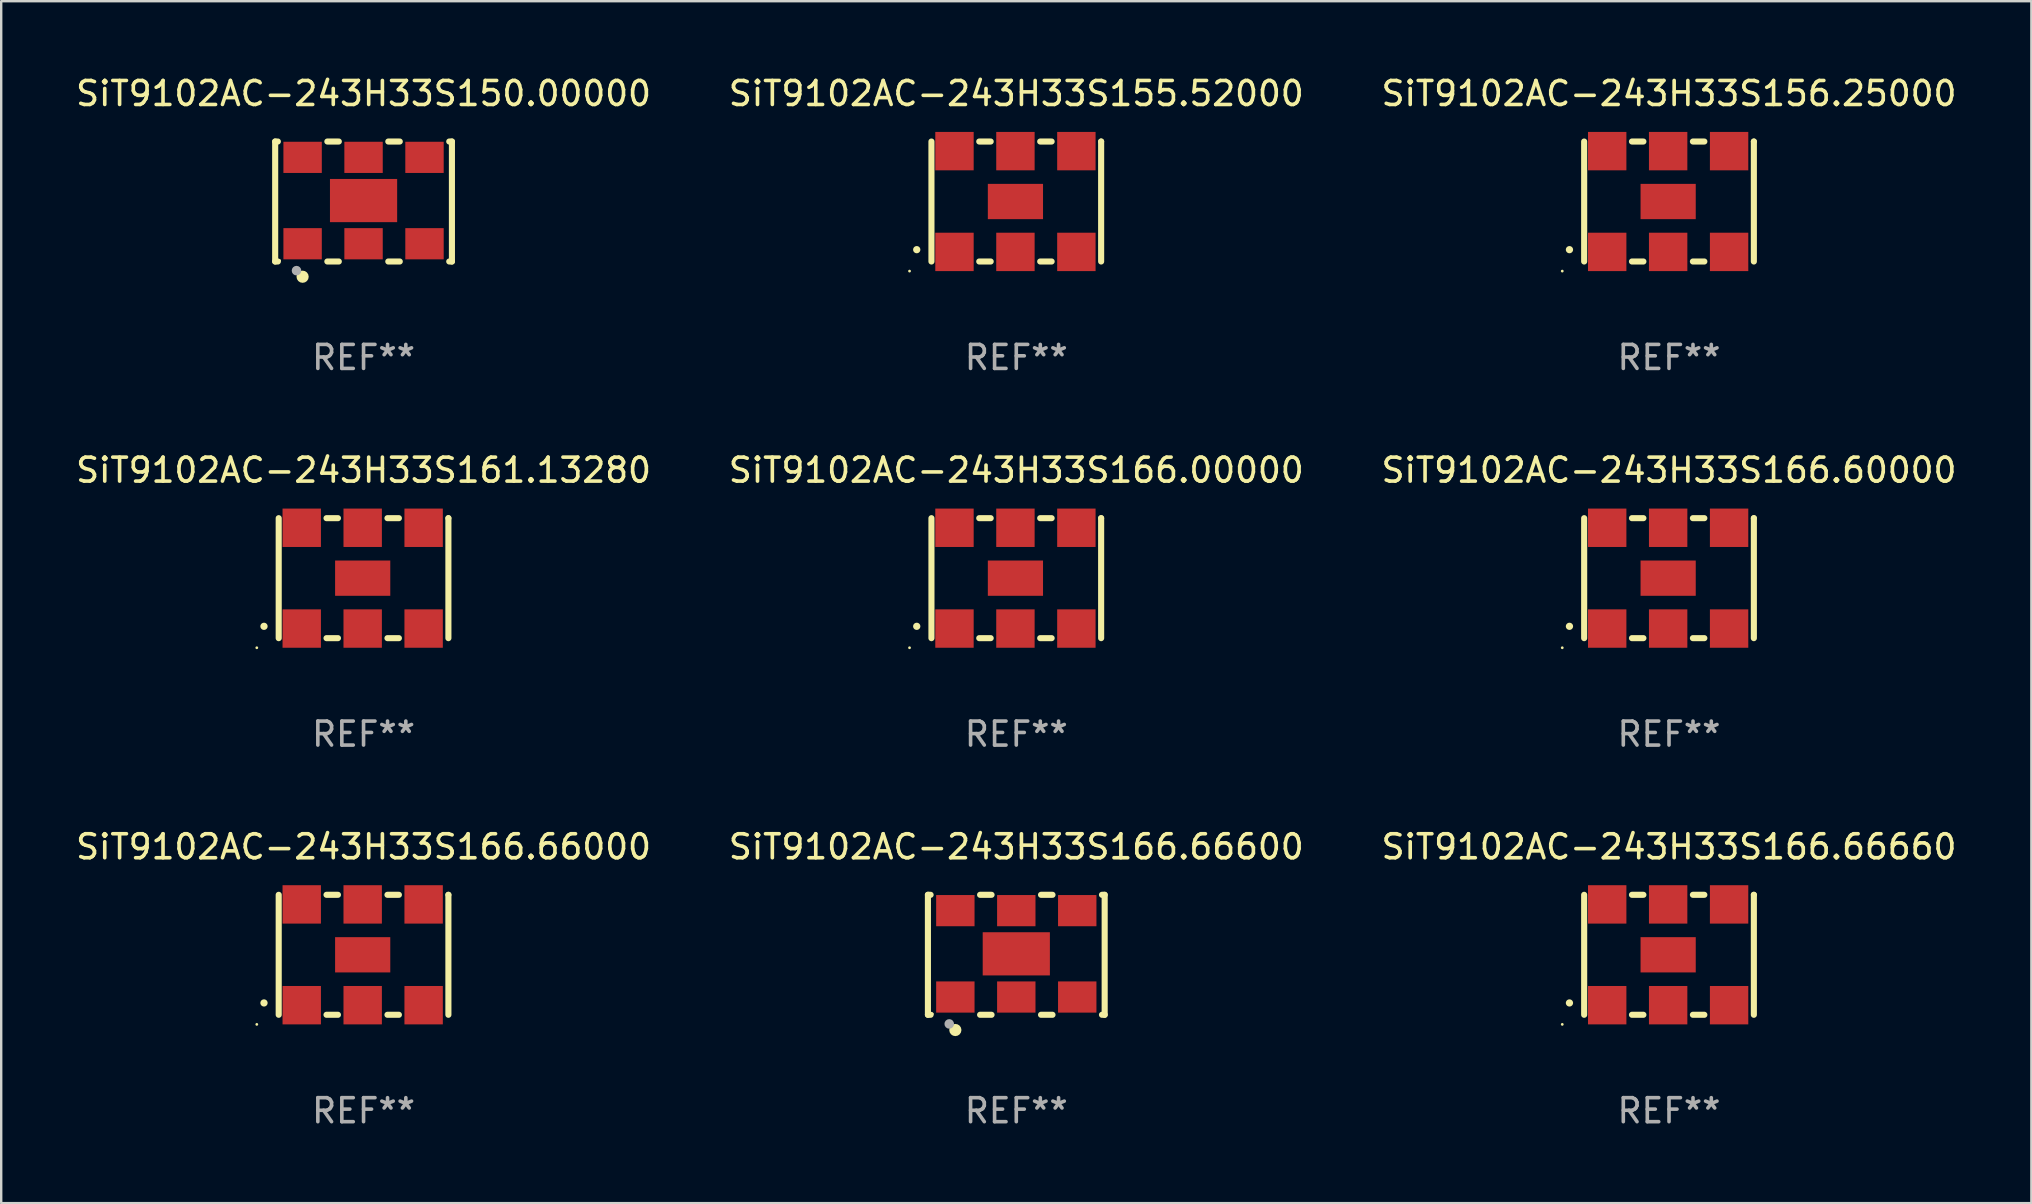
<source format=kicad_pcb>
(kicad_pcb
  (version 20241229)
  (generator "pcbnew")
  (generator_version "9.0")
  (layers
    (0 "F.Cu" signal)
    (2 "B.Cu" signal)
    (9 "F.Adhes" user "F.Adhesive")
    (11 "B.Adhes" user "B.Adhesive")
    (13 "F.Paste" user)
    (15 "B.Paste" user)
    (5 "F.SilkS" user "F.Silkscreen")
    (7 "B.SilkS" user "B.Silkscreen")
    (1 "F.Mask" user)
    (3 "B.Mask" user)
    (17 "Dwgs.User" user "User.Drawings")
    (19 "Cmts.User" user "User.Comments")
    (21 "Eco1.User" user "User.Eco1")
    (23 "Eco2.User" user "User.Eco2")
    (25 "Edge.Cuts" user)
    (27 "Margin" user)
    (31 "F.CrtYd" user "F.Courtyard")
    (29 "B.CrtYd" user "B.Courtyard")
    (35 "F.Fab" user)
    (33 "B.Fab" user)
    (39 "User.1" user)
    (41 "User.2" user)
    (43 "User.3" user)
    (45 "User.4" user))
  (footprint "SiT9102AC-243H33S166.66600"
    (layer "F.Cu")
    (at 39.304 36.741)
    (property "Reference" "SiT9102AC-243H33S166.66600" (at 0 -4.5 0) (layer "F.SilkS") (effects (font (size 1 1) (thickness 0.15))))
    (attr through_hole)
    (fp_line (start -3.683 -2.5) (end -3.571 -2.5) (stroke (width 0.254) (type solid)) (layer "F.SilkS"))
    (fp_line (start -3.683 2.5) (end -3.683 -2.5) (stroke (width 0.254) (type solid)) (layer "F.SilkS"))
    (fp_line (start -3.683 2.5) (end -3.571 2.5) (stroke (width 0.254) (type solid)) (layer "F.SilkS"))
    (fp_line (start -1.509 -2.5) (end -1.031 -2.5) (stroke (width 0.254) (type solid)) (layer "F.SilkS"))
    (fp_line (start -1.509 2.5) (end -1.031 2.5) (stroke (width 0.254) (type solid)) (layer "F.SilkS"))
    (fp_line (start 1.031 -2.5) (end 1.509 -2.5) (stroke (width 0.254) (type solid)) (layer "F.SilkS"))
    (fp_line (start 1.031 2.5) (end 1.509 2.5) (stroke (width 0.254) (type solid)) (layer "F.SilkS"))
    (fp_line (start 3.571 -2.5) (end 3.683 -2.5) (stroke (width 0.254) (type solid)) (layer "F.SilkS"))
    (fp_line (start 3.571 2.5) (end 3.683 2.5) (stroke (width 0.254) (type solid)) (layer "F.SilkS"))
    (fp_line (start 3.683 2.5) (end 3.683 -2.5) (stroke (width 0.254) (type solid)) (layer "F.SilkS"))
    (fp_circle (center -3.5 2.46) (end -3.47 2.46) (stroke (width 0.06) (type solid)) (fill no) (layer "F.SilkS"))
    (fp_circle (center -2.54 3.135) (end -2.413 3.135) (stroke (width 0.254) (type solid)) (fill no) (layer "F.SilkS"))
    (fp_circle (center -2.794 2.881) (end -2.694 2.881) (stroke (width 0.2) (type solid)) (fill no) (layer "F.Fab"))
    (fp_text user "REF**" (at 0 6.5 0) (layer "F.Fab") (effects (font (size 1 1) (thickness 0.15))))
    (pad "1" smd rect (at -2.54 1.76) (size 1.6 1.3) (layers "F.Cu" "F.Mask" "F.Paste"))
    (pad "2" smd rect (at 0 1.76) (size 1.6 1.3) (layers "F.Cu" "F.Mask" "F.Paste"))
    (pad "3" smd rect (at 2.54 1.76) (size 1.6 1.3) (layers "F.Cu" "F.Mask" "F.Paste"))
    (pad "4" smd rect (at 2.54 -1.84) (size 1.6 1.3) (layers "F.Cu" "F.Mask" "F.Paste"))
    (pad "5" smd rect (at 0 -1.84) (size 1.6 1.3) (layers "F.Cu" "F.Mask" "F.Paste"))
    (pad "6" smd rect (at -2.54 -1.84) (size 1.6 1.3) (layers "F.Cu" "F.Mask" "F.Paste"))
    (pad "7" smd rect (at 0 -0.04) (size 2.8 1.8) (layers "F.Cu" "F.Mask" "F.Paste")))
  (footprint "SiT9102AC-243H33S166.66000"
    (layer "F.Cu")
    (at 12.101 36.741)
    (property "Reference" "SiT9102AC-243H33S166.66000" (at 0 -4.5 0) (layer "F.SilkS") (effects (font (size 1 1) (thickness 0.15))))
    (attr through_hole)
    (fp_line (start -3.536 -2.5) (end -3.536 2.5) (stroke (width 0.254) (type solid)) (layer "F.SilkS"))
    (fp_line (start -1.544 2.5) (end -1.067 2.5) (stroke (width 0.254) (type solid)) (layer "F.SilkS"))
    (fp_line (start -1.067 -2.5) (end -1.544 -2.5) (stroke (width 0.254) (type solid)) (layer "F.SilkS"))
    (fp_line (start 0.996 2.5) (end 1.473 2.5) (stroke (width 0.254) (type solid)) (layer "F.SilkS"))
    (fp_line (start 1.473 -2.5) (end 0.996 -2.5) (stroke (width 0.254) (type solid)) (layer "F.SilkS"))
    (fp_line (start 3.536 -2.5) (end 3.536 -2.5) (stroke (width 0.254) (type solid)) (layer "F.SilkS"))
    (fp_line (start 3.536 2.5) (end 3.536 -2.5) (stroke (width 0.254) (type solid)) (layer "F.SilkS"))
    (fp_arc (start -4.150432 2.006604) (mid -4.149162 2.006599) (end -4.147892 2.006604) (stroke (width 0.3) (type solid)) (layer "F.SilkS"))
    (fp_circle (center -4.449 2.9) (end -4.419 2.9) (stroke (width 0.06) (type solid)) (fill no) (layer "F.SilkS"))
    (fp_text user "REF**" (at 0 6.5 0) (layer "F.Fab") (effects (font (size 1 1) (thickness 0.15))))
    (pad "1" smd rect (at -2.576 2.1) (size 1.6 1.6) (layers "F.Cu" "F.Mask" "F.Paste"))
    (pad "2" smd rect (at -0.036 2.1) (size 1.6 1.6) (layers "F.Cu" "F.Mask" "F.Paste"))
    (pad "3" smd rect (at 2.504 2.1) (size 1.6 1.6) (layers "F.Cu" "F.Mask" "F.Paste"))
    (pad "4" smd rect (at 2.504 -2.1) (size 1.6 1.6) (layers "F.Cu" "F.Mask" "F.Paste"))
    (pad "5" smd rect (at -0.036 -2.1) (size 1.6 1.6) (layers "F.Cu" "F.Mask" "F.Paste"))
    (pad "6" smd rect (at -2.576 -2.1) (size 1.6 1.6) (layers "F.Cu" "F.Mask" "F.Paste"))
    (pad "7" smd rect (at -0.036 0) (size 2.3 1.47) (layers "F.Cu" "F.Mask" "F.Paste")))
  (footprint "SiT9102AC-243H33S166.00000"
    (layer "F.Cu")
    (at 39.304 21.045)
    (property "Reference" "SiT9102AC-243H33S166.00000" (at 0 -4.5 0) (layer "F.SilkS") (effects (font (size 1 1) (thickness 0.15))))
    (attr through_hole)
    (fp_line (start -3.536 -2.5) (end -3.536 2.5) (stroke (width 0.254) (type solid)) (layer "F.SilkS"))
    (fp_line (start -1.544 2.5) (end -1.067 2.5) (stroke (width 0.254) (type solid)) (layer "F.SilkS"))
    (fp_line (start -1.067 -2.5) (end -1.544 -2.5) (stroke (width 0.254) (type solid)) (layer "F.SilkS"))
    (fp_line (start 0.996 2.5) (end 1.473 2.5) (stroke (width 0.254) (type solid)) (layer "F.SilkS"))
    (fp_line (start 1.473 -2.5) (end 0.996 -2.5) (stroke (width 0.254) (type solid)) (layer "F.SilkS"))
    (fp_line (start 3.536 -2.5) (end 3.536 -2.5) (stroke (width 0.254) (type solid)) (layer "F.SilkS"))
    (fp_line (start 3.536 2.5) (end 3.536 -2.5) (stroke (width 0.254) (type solid)) (layer "F.SilkS"))
    (fp_arc (start -4.150432 2.006604) (mid -4.149162 2.006599) (end -4.147892 2.006604) (stroke (width 0.3) (type solid)) (layer "F.SilkS"))
    (fp_circle (center -4.449 2.9) (end -4.419 2.9) (stroke (width 0.06) (type solid)) (fill no) (layer "F.SilkS"))
    (fp_text user "REF**" (at 0 6.5 0) (layer "F.Fab") (effects (font (size 1 1) (thickness 0.15))))
    (pad "1" smd rect (at -2.576 2.1) (size 1.6 1.6) (layers "F.Cu" "F.Mask" "F.Paste"))
    (pad "2" smd rect (at -0.036 2.1) (size 1.6 1.6) (layers "F.Cu" "F.Mask" "F.Paste"))
    (pad "3" smd rect (at 2.504 2.1) (size 1.6 1.6) (layers "F.Cu" "F.Mask" "F.Paste"))
    (pad "4" smd rect (at 2.504 -2.1) (size 1.6 1.6) (layers "F.Cu" "F.Mask" "F.Paste"))
    (pad "5" smd rect (at -0.036 -2.1) (size 1.6 1.6) (layers "F.Cu" "F.Mask" "F.Paste"))
    (pad "6" smd rect (at -2.576 -2.1) (size 1.6 1.6) (layers "F.Cu" "F.Mask" "F.Paste"))
    (pad "7" smd rect (at -0.036 0) (size 2.3 1.47) (layers "F.Cu" "F.Mask" "F.Paste")))
  (footprint "SiT9102AC-243H33S156.25000"
    (layer "F.Cu")
    (at 66.506 5.348)
    (property "Reference" "SiT9102AC-243H33S156.25000" (at 0 -4.5 0) (layer "F.SilkS") (effects (font (size 1 1) (thickness 0.15))))
    (attr through_hole)
    (fp_line (start -3.536 -2.5) (end -3.536 2.5) (stroke (width 0.254) (type solid)) (layer "F.SilkS"))
    (fp_line (start -1.544 2.5) (end -1.067 2.5) (stroke (width 0.254) (type solid)) (layer "F.SilkS"))
    (fp_line (start -1.067 -2.5) (end -1.544 -2.5) (stroke (width 0.254) (type solid)) (layer "F.SilkS"))
    (fp_line (start 0.996 2.5) (end 1.473 2.5) (stroke (width 0.254) (type solid)) (layer "F.SilkS"))
    (fp_line (start 1.473 -2.5) (end 0.996 -2.5) (stroke (width 0.254) (type solid)) (layer "F.SilkS"))
    (fp_line (start 3.536 -2.5) (end 3.536 -2.5) (stroke (width 0.254) (type solid)) (layer "F.SilkS"))
    (fp_line (start 3.536 2.5) (end 3.536 -2.5) (stroke (width 0.254) (type solid)) (layer "F.SilkS"))
    (fp_arc (start -4.150432 2.006604) (mid -4.149162 2.006599) (end -4.147892 2.006604) (stroke (width 0.3) (type solid)) (layer "F.SilkS"))
    (fp_circle (center -4.449 2.9) (end -4.419 2.9) (stroke (width 0.06) (type solid)) (fill no) (layer "F.SilkS"))
    (fp_text user "REF**" (at 0 6.5 0) (layer "F.Fab") (effects (font (size 1 1) (thickness 0.15))))
    (pad "1" smd rect (at -2.576 2.1) (size 1.6 1.6) (layers "F.Cu" "F.Mask" "F.Paste"))
    (pad "2" smd rect (at -0.036 2.1) (size 1.6 1.6) (layers "F.Cu" "F.Mask" "F.Paste"))
    (pad "3" smd rect (at 2.504 2.1) (size 1.6 1.6) (layers "F.Cu" "F.Mask" "F.Paste"))
    (pad "4" smd rect (at 2.504 -2.1) (size 1.6 1.6) (layers "F.Cu" "F.Mask" "F.Paste"))
    (pad "5" smd rect (at -0.036 -2.1) (size 1.6 1.6) (layers "F.Cu" "F.Mask" "F.Paste"))
    (pad "6" smd rect (at -2.576 -2.1) (size 1.6 1.6) (layers "F.Cu" "F.Mask" "F.Paste"))
    (pad "7" smd rect (at -0.036 0) (size 2.3 1.47) (layers "F.Cu" "F.Mask" "F.Paste")))
  (footprint "SiT9102AC-243H33S161.13280"
    (layer "F.Cu")
    (at 12.101 21.045)
    (property "Reference" "SiT9102AC-243H33S161.13280" (at 0 -4.5 0) (layer "F.SilkS") (effects (font (size 1 1) (thickness 0.15))))
    (attr through_hole)
    (fp_line (start -3.536 -2.5) (end -3.536 2.5) (stroke (width 0.254) (type solid)) (layer "F.SilkS"))
    (fp_line (start -1.544 2.5) (end -1.067 2.5) (stroke (width 0.254) (type solid)) (layer "F.SilkS"))
    (fp_line (start -1.067 -2.5) (end -1.544 -2.5) (stroke (width 0.254) (type solid)) (layer "F.SilkS"))
    (fp_line (start 0.996 2.5) (end 1.473 2.5) (stroke (width 0.254) (type solid)) (layer "F.SilkS"))
    (fp_line (start 1.473 -2.5) (end 0.996 -2.5) (stroke (width 0.254) (type solid)) (layer "F.SilkS"))
    (fp_line (start 3.536 -2.5) (end 3.536 -2.5) (stroke (width 0.254) (type solid)) (layer "F.SilkS"))
    (fp_line (start 3.536 2.5) (end 3.536 -2.5) (stroke (width 0.254) (type solid)) (layer "F.SilkS"))
    (fp_arc (start -4.150432 2.006604) (mid -4.149162 2.006599) (end -4.147892 2.006604) (stroke (width 0.3) (type solid)) (layer "F.SilkS"))
    (fp_circle (center -4.449 2.9) (end -4.419 2.9) (stroke (width 0.06) (type solid)) (fill no) (layer "F.SilkS"))
    (fp_text user "REF**" (at 0 6.5 0) (layer "F.Fab") (effects (font (size 1 1) (thickness 0.15))))
    (pad "1" smd rect (at -2.576 2.1) (size 1.6 1.6) (layers "F.Cu" "F.Mask" "F.Paste"))
    (pad "2" smd rect (at -0.036 2.1) (size 1.6 1.6) (layers "F.Cu" "F.Mask" "F.Paste"))
    (pad "3" smd rect (at 2.504 2.1) (size 1.6 1.6) (layers "F.Cu" "F.Mask" "F.Paste"))
    (pad "4" smd rect (at 2.504 -2.1) (size 1.6 1.6) (layers "F.Cu" "F.Mask" "F.Paste"))
    (pad "5" smd rect (at -0.036 -2.1) (size 1.6 1.6) (layers "F.Cu" "F.Mask" "F.Paste"))
    (pad "6" smd rect (at -2.576 -2.1) (size 1.6 1.6) (layers "F.Cu" "F.Mask" "F.Paste"))
    (pad "7" smd rect (at -0.036 0) (size 2.3 1.47) (layers "F.Cu" "F.Mask" "F.Paste")))
  (footprint "SiT9102AC-243H33S155.52000"
    (layer "F.Cu")
    (at 39.304 5.348)
    (property "Reference" "SiT9102AC-243H33S155.52000" (at 0 -4.5 0) (layer "F.SilkS") (effects (font (size 1 1) (thickness 0.15))))
    (attr through_hole)
    (fp_line (start -3.536 -2.5) (end -3.536 2.5) (stroke (width 0.254) (type solid)) (layer "F.SilkS"))
    (fp_line (start -1.544 2.5) (end -1.067 2.5) (stroke (width 0.254) (type solid)) (layer "F.SilkS"))
    (fp_line (start -1.067 -2.5) (end -1.544 -2.5) (stroke (width 0.254) (type solid)) (layer "F.SilkS"))
    (fp_line (start 0.996 2.5) (end 1.473 2.5) (stroke (width 0.254) (type solid)) (layer "F.SilkS"))
    (fp_line (start 1.473 -2.5) (end 0.996 -2.5) (stroke (width 0.254) (type solid)) (layer "F.SilkS"))
    (fp_line (start 3.536 -2.5) (end 3.536 -2.5) (stroke (width 0.254) (type solid)) (layer "F.SilkS"))
    (fp_line (start 3.536 2.5) (end 3.536 -2.5) (stroke (width 0.254) (type solid)) (layer "F.SilkS"))
    (fp_arc (start -4.150432 2.006604) (mid -4.149162 2.006599) (end -4.147892 2.006604) (stroke (width 0.3) (type solid)) (layer "F.SilkS"))
    (fp_circle (center -4.449 2.9) (end -4.419 2.9) (stroke (width 0.06) (type solid)) (fill no) (layer "F.SilkS"))
    (fp_text user "REF**" (at 0 6.5 0) (layer "F.Fab") (effects (font (size 1 1) (thickness 0.15))))
    (pad "1" smd rect (at -2.576 2.1) (size 1.6 1.6) (layers "F.Cu" "F.Mask" "F.Paste"))
    (pad "2" smd rect (at -0.036 2.1) (size 1.6 1.6) (layers "F.Cu" "F.Mask" "F.Paste"))
    (pad "3" smd rect (at 2.504 2.1) (size 1.6 1.6) (layers "F.Cu" "F.Mask" "F.Paste"))
    (pad "4" smd rect (at 2.504 -2.1) (size 1.6 1.6) (layers "F.Cu" "F.Mask" "F.Paste"))
    (pad "5" smd rect (at -0.036 -2.1) (size 1.6 1.6) (layers "F.Cu" "F.Mask" "F.Paste"))
    (pad "6" smd rect (at -2.576 -2.1) (size 1.6 1.6) (layers "F.Cu" "F.Mask" "F.Paste"))
    (pad "7" smd rect (at -0.036 0) (size 2.3 1.47) (layers "F.Cu" "F.Mask" "F.Paste")))
  (footprint "SiT9102AC-243H33S166.66660"
    (layer "F.Cu")
    (at 66.506 36.741)
    (property "Reference" "SiT9102AC-243H33S166.66660" (at 0 -4.5 0) (layer "F.SilkS") (effects (font (size 1 1) (thickness 0.15))))
    (attr through_hole)
    (fp_line (start -3.536 -2.5) (end -3.536 2.5) (stroke (width 0.254) (type solid)) (layer "F.SilkS"))
    (fp_line (start -1.544 2.5) (end -1.067 2.5) (stroke (width 0.254) (type solid)) (layer "F.SilkS"))
    (fp_line (start -1.067 -2.5) (end -1.544 -2.5) (stroke (width 0.254) (type solid)) (layer "F.SilkS"))
    (fp_line (start 0.996 2.5) (end 1.473 2.5) (stroke (width 0.254) (type solid)) (layer "F.SilkS"))
    (fp_line (start 1.473 -2.5) (end 0.996 -2.5) (stroke (width 0.254) (type solid)) (layer "F.SilkS"))
    (fp_line (start 3.536 -2.5) (end 3.536 -2.5) (stroke (width 0.254) (type solid)) (layer "F.SilkS"))
    (fp_line (start 3.536 2.5) (end 3.536 -2.5) (stroke (width 0.254) (type solid)) (layer "F.SilkS"))
    (fp_arc (start -4.150432 2.006604) (mid -4.149162 2.006599) (end -4.147892 2.006604) (stroke (width 0.3) (type solid)) (layer "F.SilkS"))
    (fp_circle (center -4.449 2.9) (end -4.419 2.9) (stroke (width 0.06) (type solid)) (fill no) (layer "F.SilkS"))
    (fp_text user "REF**" (at 0 6.5 0) (layer "F.Fab") (effects (font (size 1 1) (thickness 0.15))))
    (pad "1" smd rect (at -2.576 2.1) (size 1.6 1.6) (layers "F.Cu" "F.Mask" "F.Paste"))
    (pad "2" smd rect (at -0.036 2.1) (size 1.6 1.6) (layers "F.Cu" "F.Mask" "F.Paste"))
    (pad "3" smd rect (at 2.504 2.1) (size 1.6 1.6) (layers "F.Cu" "F.Mask" "F.Paste"))
    (pad "4" smd rect (at 2.504 -2.1) (size 1.6 1.6) (layers "F.Cu" "F.Mask" "F.Paste"))
    (pad "5" smd rect (at -0.036 -2.1) (size 1.6 1.6) (layers "F.Cu" "F.Mask" "F.Paste"))
    (pad "6" smd rect (at -2.576 -2.1) (size 1.6 1.6) (layers "F.Cu" "F.Mask" "F.Paste"))
    (pad "7" smd rect (at -0.036 0) (size 2.3 1.47) (layers "F.Cu" "F.Mask" "F.Paste")))
  (footprint "SiT9102AC-243H33S150.00000"
    (layer "F.Cu")
    (at 12.101 5.348)
    (property "Reference" "SiT9102AC-243H33S150.00000" (at 0 -4.5 0) (layer "F.SilkS") (effects (font (size 1 1) (thickness 0.15))))
    (attr through_hole)
    (fp_line (start -3.683 -2.5) (end -3.571 -2.5) (stroke (width 0.254) (type solid)) (layer "F.SilkS"))
    (fp_line (start -3.683 2.5) (end -3.683 -2.5) (stroke (width 0.254) (type solid)) (layer "F.SilkS"))
    (fp_line (start -3.683 2.5) (end -3.571 2.5) (stroke (width 0.254) (type solid)) (layer "F.SilkS"))
    (fp_line (start -1.509 -2.5) (end -1.031 -2.5) (stroke (width 0.254) (type solid)) (layer "F.SilkS"))
    (fp_line (start -1.509 2.5) (end -1.031 2.5) (stroke (width 0.254) (type solid)) (layer "F.SilkS"))
    (fp_line (start 1.031 -2.5) (end 1.509 -2.5) (stroke (width 0.254) (type solid)) (layer "F.SilkS"))
    (fp_line (start 1.031 2.5) (end 1.509 2.5) (stroke (width 0.254) (type solid)) (layer "F.SilkS"))
    (fp_line (start 3.571 -2.5) (end 3.683 -2.5) (stroke (width 0.254) (type solid)) (layer "F.SilkS"))
    (fp_line (start 3.571 2.5) (end 3.683 2.5) (stroke (width 0.254) (type solid)) (layer "F.SilkS"))
    (fp_line (start 3.683 2.5) (end 3.683 -2.5) (stroke (width 0.254) (type solid)) (layer "F.SilkS"))
    (fp_circle (center -3.5 2.46) (end -3.47 2.46) (stroke (width 0.06) (type solid)) (fill no) (layer "F.SilkS"))
    (fp_circle (center -2.54 3.135) (end -2.413 3.135) (stroke (width 0.254) (type solid)) (fill no) (layer "F.SilkS"))
    (fp_circle (center -2.794 2.881) (end -2.694 2.881) (stroke (width 0.2) (type solid)) (fill no) (layer "F.Fab"))
    (fp_text user "REF**" (at 0 6.5 0) (layer "F.Fab") (effects (font (size 1 1) (thickness 0.15))))
    (pad "1" smd rect (at -2.54 1.76) (size 1.6 1.3) (layers "F.Cu" "F.Mask" "F.Paste"))
    (pad "2" smd rect (at 0 1.76) (size 1.6 1.3) (layers "F.Cu" "F.Mask" "F.Paste"))
    (pad "3" smd rect (at 2.54 1.76) (size 1.6 1.3) (layers "F.Cu" "F.Mask" "F.Paste"))
    (pad "4" smd rect (at 2.54 -1.84) (size 1.6 1.3) (layers "F.Cu" "F.Mask" "F.Paste"))
    (pad "5" smd rect (at 0 -1.84) (size 1.6 1.3) (layers "F.Cu" "F.Mask" "F.Paste"))
    (pad "6" smd rect (at -2.54 -1.84) (size 1.6 1.3) (layers "F.Cu" "F.Mask" "F.Paste"))
    (pad "7" smd rect (at 0 -0.04) (size 2.8 1.8) (layers "F.Cu" "F.Mask" "F.Paste")))
  (footprint "SiT9102AC-243H33S166.60000"
    (layer "F.Cu")
    (at 66.506 21.045)
    (property "Reference" "SiT9102AC-243H33S166.60000" (at 0 -4.5 0) (layer "F.SilkS") (effects (font (size 1 1) (thickness 0.15))))
    (attr through_hole)
    (fp_line (start -3.536 -2.5) (end -3.536 2.5) (stroke (width 0.254) (type solid)) (layer "F.SilkS"))
    (fp_line (start -1.544 2.5) (end -1.067 2.5) (stroke (width 0.254) (type solid)) (layer "F.SilkS"))
    (fp_line (start -1.067 -2.5) (end -1.544 -2.5) (stroke (width 0.254) (type solid)) (layer "F.SilkS"))
    (fp_line (start 0.996 2.5) (end 1.473 2.5) (stroke (width 0.254) (type solid)) (layer "F.SilkS"))
    (fp_line (start 1.473 -2.5) (end 0.996 -2.5) (stroke (width 0.254) (type solid)) (layer "F.SilkS"))
    (fp_line (start 3.536 -2.5) (end 3.536 -2.5) (stroke (width 0.254) (type solid)) (layer "F.SilkS"))
    (fp_line (start 3.536 2.5) (end 3.536 -2.5) (stroke (width 0.254) (type solid)) (layer "F.SilkS"))
    (fp_arc (start -4.150432 2.006604) (mid -4.149162 2.006599) (end -4.147892 2.006604) (stroke (width 0.3) (type solid)) (layer "F.SilkS"))
    (fp_circle (center -4.449 2.9) (end -4.419 2.9) (stroke (width 0.06) (type solid)) (fill no) (layer "F.SilkS"))
    (fp_text user "REF**" (at 0 6.5 0) (layer "F.Fab") (effects (font (size 1 1) (thickness 0.15))))
    (pad "1" smd rect (at -2.576 2.1) (size 1.6 1.6) (layers "F.Cu" "F.Mask" "F.Paste"))
    (pad "2" smd rect (at -0.036 2.1) (size 1.6 1.6) (layers "F.Cu" "F.Mask" "F.Paste"))
    (pad "3" smd rect (at 2.504 2.1) (size 1.6 1.6) (layers "F.Cu" "F.Mask" "F.Paste"))
    (pad "4" smd rect (at 2.504 -2.1) (size 1.6 1.6) (layers "F.Cu" "F.Mask" "F.Paste"))
    (pad "5" smd rect (at -0.036 -2.1) (size 1.6 1.6) (layers "F.Cu" "F.Mask" "F.Paste"))
    (pad "6" smd rect (at -2.576 -2.1) (size 1.6 1.6) (layers "F.Cu" "F.Mask" "F.Paste"))
    (pad "7" smd rect (at -0.036 0) (size 2.3 1.47) (layers "F.Cu" "F.Mask" "F.Paste")))
  (gr_rect
    (start -3 -3)
    (end 81.607 47.09)
    (stroke (width 0.1) (type default))
    (fill no)
    (layer "Edge.Cuts")))
</source>
